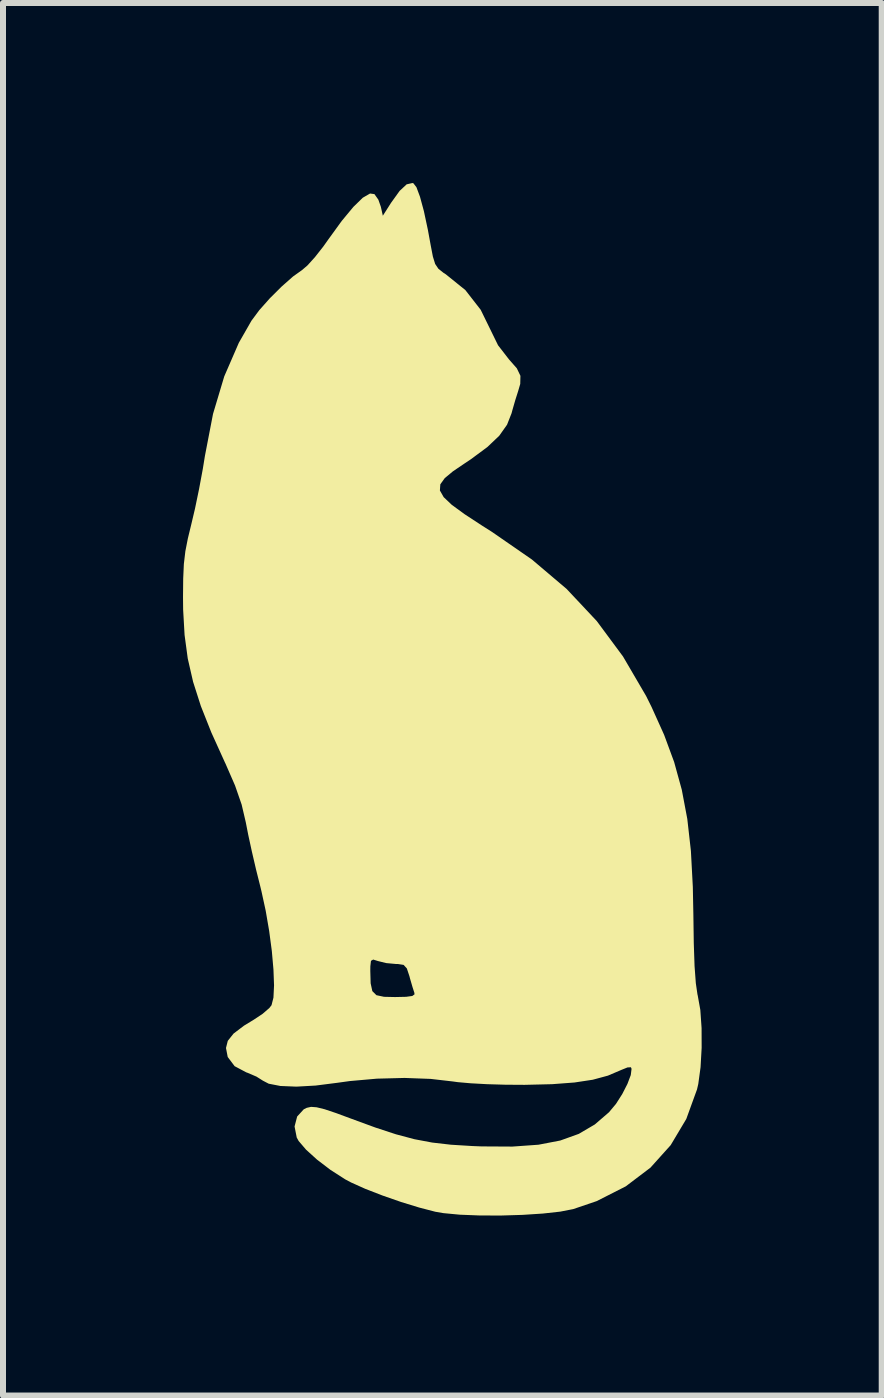
<source format=kicad_pcb>
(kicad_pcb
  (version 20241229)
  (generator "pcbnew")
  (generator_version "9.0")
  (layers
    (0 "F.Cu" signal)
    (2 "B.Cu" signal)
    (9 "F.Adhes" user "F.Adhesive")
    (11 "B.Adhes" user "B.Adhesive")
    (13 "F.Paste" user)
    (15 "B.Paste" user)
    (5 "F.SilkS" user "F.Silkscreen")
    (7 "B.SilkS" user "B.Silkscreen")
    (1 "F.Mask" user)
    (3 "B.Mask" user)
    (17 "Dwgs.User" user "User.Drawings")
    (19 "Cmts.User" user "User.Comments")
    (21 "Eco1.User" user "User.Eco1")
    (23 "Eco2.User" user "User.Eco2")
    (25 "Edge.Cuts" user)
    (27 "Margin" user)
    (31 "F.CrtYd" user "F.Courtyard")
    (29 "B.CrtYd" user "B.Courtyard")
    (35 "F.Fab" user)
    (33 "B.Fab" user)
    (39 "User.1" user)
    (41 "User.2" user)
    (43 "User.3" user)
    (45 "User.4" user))
  (footprint "cat"
    (layer "F.Cu")
    (at 4.323 8.606)
    (property "Reference" "cat" (at 0 0 0) (layer "F.SilkS") (effects (font (size 1.5 1.5) (thickness 0.3))))
    (attr board_only exclude_from_pos_files exclude_from_bom)
    (fp_poly (pts (xy -0.484 -8.602) (xy -0.433 -8.536) (xy -0.374 -8.378) (xy -0.309 -8.138) (xy -0.242 -7.824) (xy -0.196 -7.572) (xy -0.159 -7.38) (xy -0.121 -7.257) (xy -0.067 -7.177) (xy 0.017 -7.11) (xy 0.056 -7.085) (xy 0.382 -6.822) (xy 0.638 -6.493) (xy 0.779 -6.205) (xy 0.927 -5.902) (xy 1.109 -5.667) (xy 1.24 -5.518) (xy 1.3 -5.393) (xy 1.297 -5.258) (xy 1.261 -5.135) (xy 1.214 -4.987) (xy 1.163 -4.81) (xy 1.153 -4.771) (xy 1.077 -4.578) (xy 0.947 -4.394) (xy 0.749 -4.206) (xy 0.472 -4.001) (xy 0.37 -3.933) (xy 0.175 -3.801) (xy 0.039 -3.688) (xy -0.035 -3.585) (xy -0.042 -3.482) (xy 0.021 -3.371) (xy 0.157 -3.242) (xy 0.371 -3.086) (xy 0.666 -2.893) (xy 0.827 -2.791) (xy 1.492 -2.331) (xy 2.071 -1.84) (xy 2.573 -1.305) (xy 3.01 -0.715) (xy 3.394 -0.058) (xy 3.485 0.125) (xy 3.695 0.591) (xy 3.862 1.044) (xy 3.989 1.505) (xy 4.081 1.992) (xy 4.141 2.525) (xy 4.173 3.124) (xy 4.182 3.582) (xy 4.189 4.063) (xy 4.202 4.445) (xy 4.223 4.729) (xy 4.25 4.914) (xy 4.255 4.935) (xy 4.298 5.175) (xy 4.319 5.477) (xy 4.32 5.807) (xy 4.302 6.129) (xy 4.264 6.408) (xy 4.243 6.499) (xy 4.064 6.992) (xy 3.804 7.428) (xy 3.467 7.803) (xy 3.055 8.115) (xy 2.573 8.36) (xy 2.179 8.494) (xy 1.964 8.536) (xy 1.674 8.568) (xy 1.337 8.59) (xy 0.976 8.601) (xy 0.619 8.6) (xy 0.29 8.587) (xy 0.016 8.561) (xy -0.118 8.538) (xy -0.387 8.468) (xy -0.69 8.375) (xy -1 8.267) (xy -1.286 8.156) (xy -1.52 8.051) (xy -1.622 7.997) (xy -1.866 7.84) (xy -2.089 7.67) (xy -2.272 7.504) (xy -2.396 7.359) (xy -2.428 7.301) (xy -2.464 7.117) (xy -2.421 6.951) (xy -2.311 6.831) (xy -2.261 6.806) (xy -2.189 6.79) (xy -2.096 6.797) (xy -1.962 6.83) (xy -1.771 6.894) (xy -1.528 6.984) (xy -1.119 7.134) (xy -0.775 7.247) (xy -0.467 7.329) (xy -0.17 7.385) (xy 0.143 7.421) (xy 0.5 7.443) (xy 0.651 7.449) (xy 1.166 7.452) (xy 1.6 7.421) (xy 1.964 7.351) (xy 2.273 7.24) (xy 2.54 7.083) (xy 2.778 6.878) (xy 2.779 6.876) (xy 2.892 6.741) (xy 2.997 6.576) (xy 3.083 6.408) (xy 3.139 6.26) (xy 3.152 6.156) (xy 3.141 6.13) (xy 3.084 6.133) (xy 2.98 6.175) (xy 2.971 6.179) (xy 2.757 6.27) (xy 2.505 6.338) (xy 2.201 6.384) (xy 1.829 6.412) (xy 1.373 6.423) (xy 1.361 6.423) (xy 1.049 6.421) (xy 0.743 6.412) (xy 0.469 6.397) (xy 0.254 6.378) (xy 0.175 6.367) (xy -0.197 6.324) (xy -0.631 6.308) (xy -1.091 6.32) (xy -1.543 6.36) (xy -1.752 6.389) (xy -2.113 6.435) (xy -2.434 6.453) (xy -2.7 6.442) (xy -2.895 6.404) (xy -2.991 6.354) (xy -3.099 6.286) (xy -3.246 6.223) (xy -3.269 6.215) (xy -3.463 6.112) (xy -3.578 5.959) (xy -3.607 5.809) (xy -3.577 5.69) (xy -3.481 5.569) (xy -3.307 5.437) (xy -3.143 5.337) (xy -2.997 5.24) (xy -2.885 5.143) (xy -2.848 5.096) (xy -2.816 4.97) (xy -2.806 4.765) (xy -2.815 4.523) (xy -1.202 4.523) (xy -1.196 4.732) (xy -1.168 4.861) (xy -1.1 4.929) (xy -0.973 4.956) (xy -0.79 4.96) (xy -0.605 4.956) (xy -0.502 4.942) (xy -0.465 4.915) (xy -0.468 4.888) (xy -0.498 4.795) (xy -0.539 4.654) (xy -0.55 4.612) (xy -0.593 4.483) (xy -0.647 4.424) (xy -0.744 4.409) (xy -0.775 4.409) (xy -0.937 4.394) (xy -1.074 4.36) (xy -1.154 4.335) (xy -1.191 4.357) (xy -1.201 4.448) (xy -1.202 4.523) (xy -2.815 4.523) (xy -2.816 4.5) (xy -2.843 4.192) (xy -2.887 3.86) (xy -2.945 3.522) (xy -3.016 3.196) (xy -3.033 3.125) (xy -3.106 2.834) (xy -3.176 2.533) (xy -3.236 2.257) (xy -3.277 2.047) (xy -3.346 1.752) (xy -3.456 1.435) (xy -3.616 1.068) (xy -3.624 1.052) (xy -3.851 0.551) (xy -4.026 0.11) (xy -4.155 -0.293) (xy -4.244 -0.681) (xy -4.297 -1.074) (xy -4.321 -1.496) (xy -4.323 -1.703) (xy -4.32 -2.013) (xy -4.309 -2.256) (xy -4.284 -2.469) (xy -4.242 -2.684) (xy -4.188 -2.906) (xy -4.123 -3.181) (xy -4.055 -3.509) (xy -3.993 -3.842) (xy -3.958 -4.058) (xy -3.823 -4.758) (xy -3.636 -5.383) (xy -3.393 -5.943) (xy -3.182 -6.312) (xy -3.052 -6.487) (xy -2.876 -6.685) (xy -2.679 -6.881) (xy -2.49 -7.048) (xy -2.34 -7.155) (xy -2.25 -7.232) (xy -2.125 -7.37) (xy -1.985 -7.548) (xy -1.902 -7.665) (xy -1.678 -7.974) (xy -1.485 -8.207) (xy -1.327 -8.361) (xy -1.206 -8.431) (xy -1.133 -8.421) (xy -1.068 -8.329) (xy -1.026 -8.21) (xy -0.993 -8.061) (xy -0.856 -8.276) (xy -0.713 -8.475) (xy -0.596 -8.584) (xy -0.499 -8.606)) (stroke (width 0) (type solid)) (fill yes) (layer "F.SilkS")))
  (gr_rect
    (start -3 -3)
    (end 11.644 20.207)
    (stroke (width 0.1) (type default))
    (fill no)
    (layer "Edge.Cuts")))
</source>
